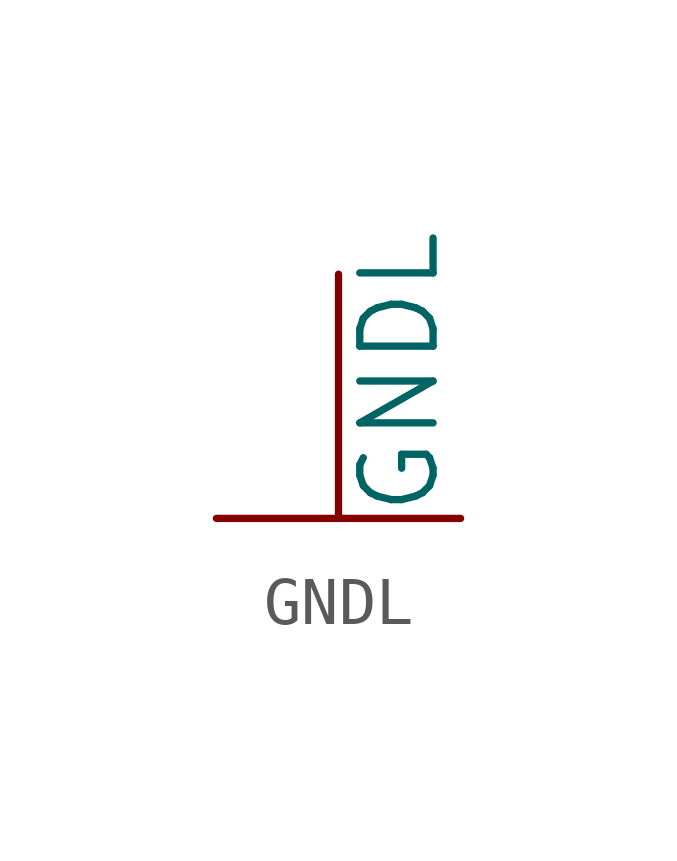
<source format=kicad_sym>
(kicad_symbol_lib
  (version 20220914)
  (generator kicad_symbol_editor)
  (symbol "GNDL"
    (power)
    (pin_numbers hide)
    (pin_names
      (offset 0))
    (property "Reference" ""
      (at 1.27 -2.54 90)
      (effects (font (size 1.524 1.524)) hide))
    (property "Value" "GNDL"
      (at 1.27 -5.08 90)
      (do_not_autoplace)
      (effects (font (size 1.524 1.524)) (justify left)))
    (property "Footprint" ""
      (at -1.27 -5.08 90)
      (effects (font (size 1.524 1.524))))
    (property "Datasheet" ""
      (at 1.27 -2.54 90)
      (effects (font (size 1.524 1.524))))
    (symbol "GNDL_0_1"
      (polyline (pts (xy -2.54 -5.08) (xy 2.54 -5.08)) (stroke (width 0) (type solid)) (fill (type none)))
      (polyline (pts (xy 0 -5.08) (xy 0 0)) (stroke (width 0) (type solid)) (fill (type none))))
    (symbol "GNDL_1_1"
      (pin power_in line (at 0 0 270) (length 5.08) hide (name "GNDL" (effects (font (size 1.27 1.27)))) (number "~" (effects (font (size 1.27 1.27))))))))
</source>
